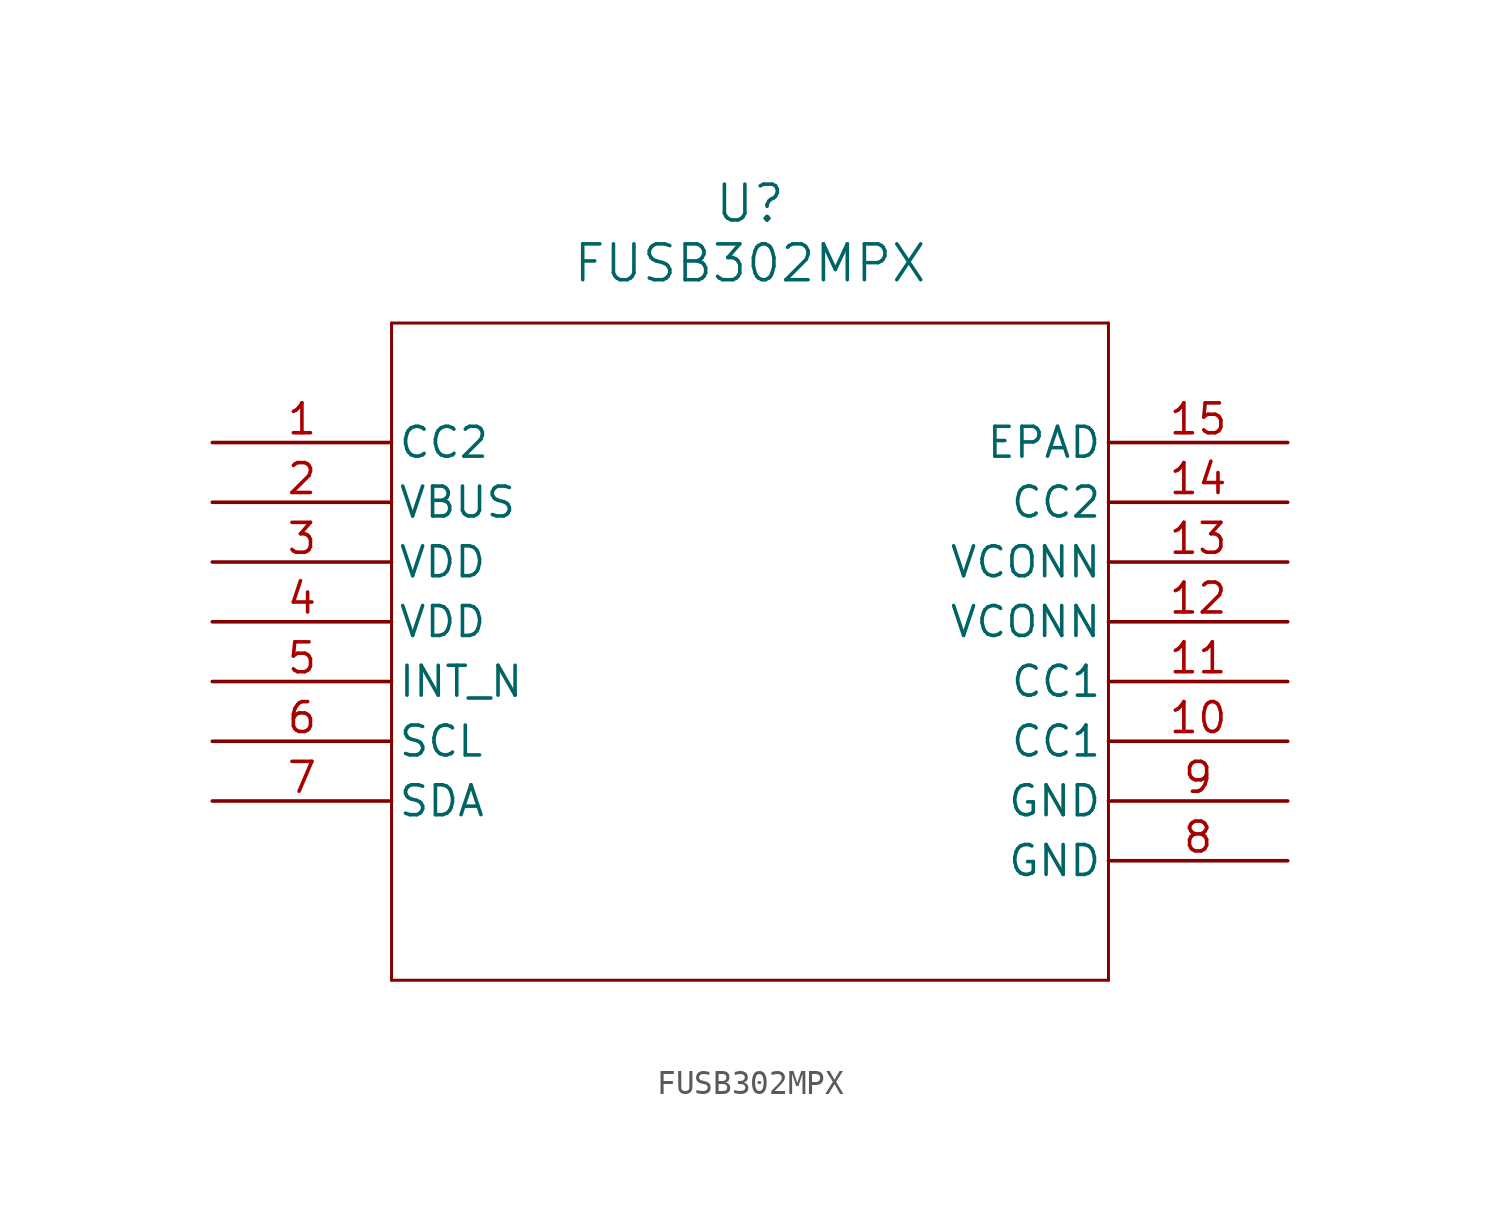
<source format=kicad_sym>
(kicad_symbol_lib
  (version 20211014)
  (generator kicad_symbol_editor)
  (symbol "FUSB302MPX"
    (pin_names
      (offset 0.254))
    (property "Reference" "U"
      (at 22.86 10.16 0)
      (effects (font (size 1.524 1.524))))
    (property "Value" "FUSB302MPX"
      (at 22.86 7.62 0)
      (effects (font (size 1.524 1.524))))
    (symbol "FUSB302MPX_0_1"
      (polyline (pts (xy 7.62 5.08) (xy 7.62 -22.86)) (stroke (width 0.127) (type default) (color 0 0 0 0)) (fill (type none)))
      (polyline (pts (xy 7.62 -22.86) (xy 38.1 -22.86)) (stroke (width 0.127) (type default) (color 0 0 0 0)) (fill (type none)))
      (polyline (pts (xy 38.1 -22.86) (xy 38.1 5.08)) (stroke (width 0.127) (type default) (color 0 0 0 0)) (fill (type none)))
      (polyline (pts (xy 38.1 5.08) (xy 7.62 5.08)) (stroke (width 0.127) (type default) (color 0 0 0 0)) (fill (type none)))
      (pin bidirectional line (at 0 0 0) (length 7.62) (name "CC2" (effects (font (size 1.27 1.27)))) (number "1" (effects (font (size 1.27 1.27)))))
      (pin unspecified line (at 0 -2.54 0) (length 7.62) (name "VBUS" (effects (font (size 1.27 1.27)))) (number "2" (effects (font (size 1.27 1.27)))))
      (pin power_in line (at 0 -5.08 0) (length 7.62) (name "VDD" (effects (font (size 1.27 1.27)))) (number "3" (effects (font (size 1.27 1.27)))))
      (pin power_in line (at 0 -7.62 0) (length 7.62) (name "VDD" (effects (font (size 1.27 1.27)))) (number "4" (effects (font (size 1.27 1.27)))))
      (pin unspecified line (at 0 -10.16 0) (length 7.62) (name "INT_N" (effects (font (size 1.27 1.27)))) (number "5" (effects (font (size 1.27 1.27)))))
      (pin unspecified line (at 0 -12.7 0) (length 7.62) (name "SCL" (effects (font (size 1.27 1.27)))) (number "6" (effects (font (size 1.27 1.27)))))
      (pin unspecified line (at 0 -15.24 0) (length 7.62) (name "SDA" (effects (font (size 1.27 1.27)))) (number "7" (effects (font (size 1.27 1.27)))))
      (pin power_out line (at 45.72 -17.78 180) (length 7.62) (name "GND" (effects (font (size 1.27 1.27)))) (number "8" (effects (font (size 1.27 1.27)))))
      (pin power_out line (at 45.72 -15.24 180) (length 7.62) (name "GND" (effects (font (size 1.27 1.27)))) (number "9" (effects (font (size 1.27 1.27)))))
      (pin bidirectional line (at 45.72 -12.7 180) (length 7.62) (name "CC1" (effects (font (size 1.27 1.27)))) (number "10" (effects (font (size 1.27 1.27)))))
      (pin bidirectional line (at 45.72 -10.16 180) (length 7.62) (name "CC1" (effects (font (size 1.27 1.27)))) (number "11" (effects (font (size 1.27 1.27)))))
      (pin unspecified line (at 45.72 -7.62 180) (length 7.62) (name "VCONN" (effects (font (size 1.27 1.27)))) (number "12" (effects (font (size 1.27 1.27)))))
      (pin unspecified line (at 45.72 -5.08 180) (length 7.62) (name "VCONN" (effects (font (size 1.27 1.27)))) (number "13" (effects (font (size 1.27 1.27)))))
      (pin bidirectional line (at 45.72 -2.54 180) (length 7.62) (name "CC2" (effects (font (size 1.27 1.27)))) (number "14" (effects (font (size 1.27 1.27)))))
      (pin unspecified line (at 45.72 0 180) (length 7.62) (name "EPAD" (effects (font (size 1.27 1.27)))) (number "15" (effects (font (size 1.27 1.27))))))))
</source>
